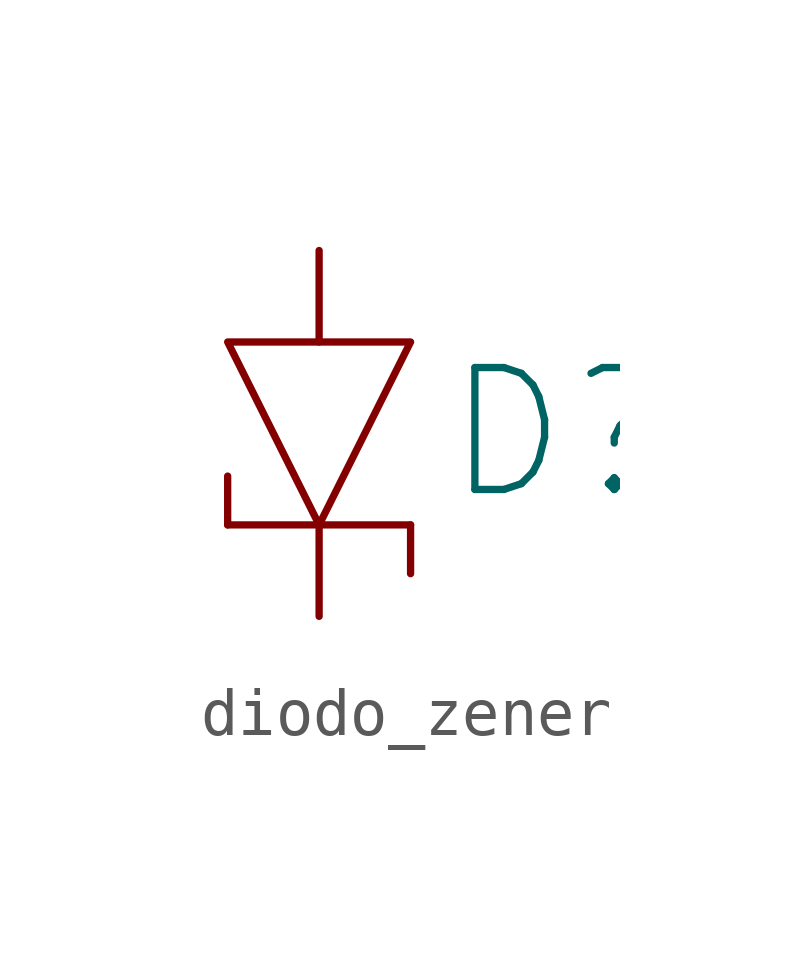
<source format=kicad_sym>
(kicad_symbol_lib
  (version 20211014)
  (generator kicad_symbol_editor)
  (symbol "diodo_zener"
    (pin_names
      (offset 1.016))
    (property "Reference" "D"
      (at 2.54 -3.81 0)
      (effects (font (size 2.54 2.54)) (justify left)))
    (symbol "diodo_zener_0_1"
      (polyline (pts (xy -1.905 -5.715) (xy -1.905 -4.699)) (stroke (width 0) (type default) (color 0 0 0 0)) (fill (type none)))
      (polyline (pts (xy 1.905 -5.715) (xy -1.905 -5.715)) (stroke (width 0) (type default) (color 0 0 0 0)) (fill (type none)))
      (polyline (pts (xy 1.905 -5.715) (xy 1.905 -6.731)) (stroke (width 0) (type default) (color 0 0 0 0)) (fill (type none)))
      (polyline (pts (xy 1.905 -1.905) (xy -1.905 -1.905) (xy 0 -5.715) (xy 1.905 -1.905)) (stroke (width 0) (type default) (color 0 0 0 0)) (fill (type none))))
    (symbol "diodo_zener_1_1"
      (pin input line (at 0 -7.62 90) (length 1.905) (name "~" (effects (font (size 1.27 1.27)))) (number "~" (effects (font (size 1.143 1.143)))))
      (pin input line (at 0 0 270) (length 1.905) (name "~" (effects (font (size 1.27 1.27)))) (number "~" (effects (font (size 1.143 1.143))))))))
</source>
